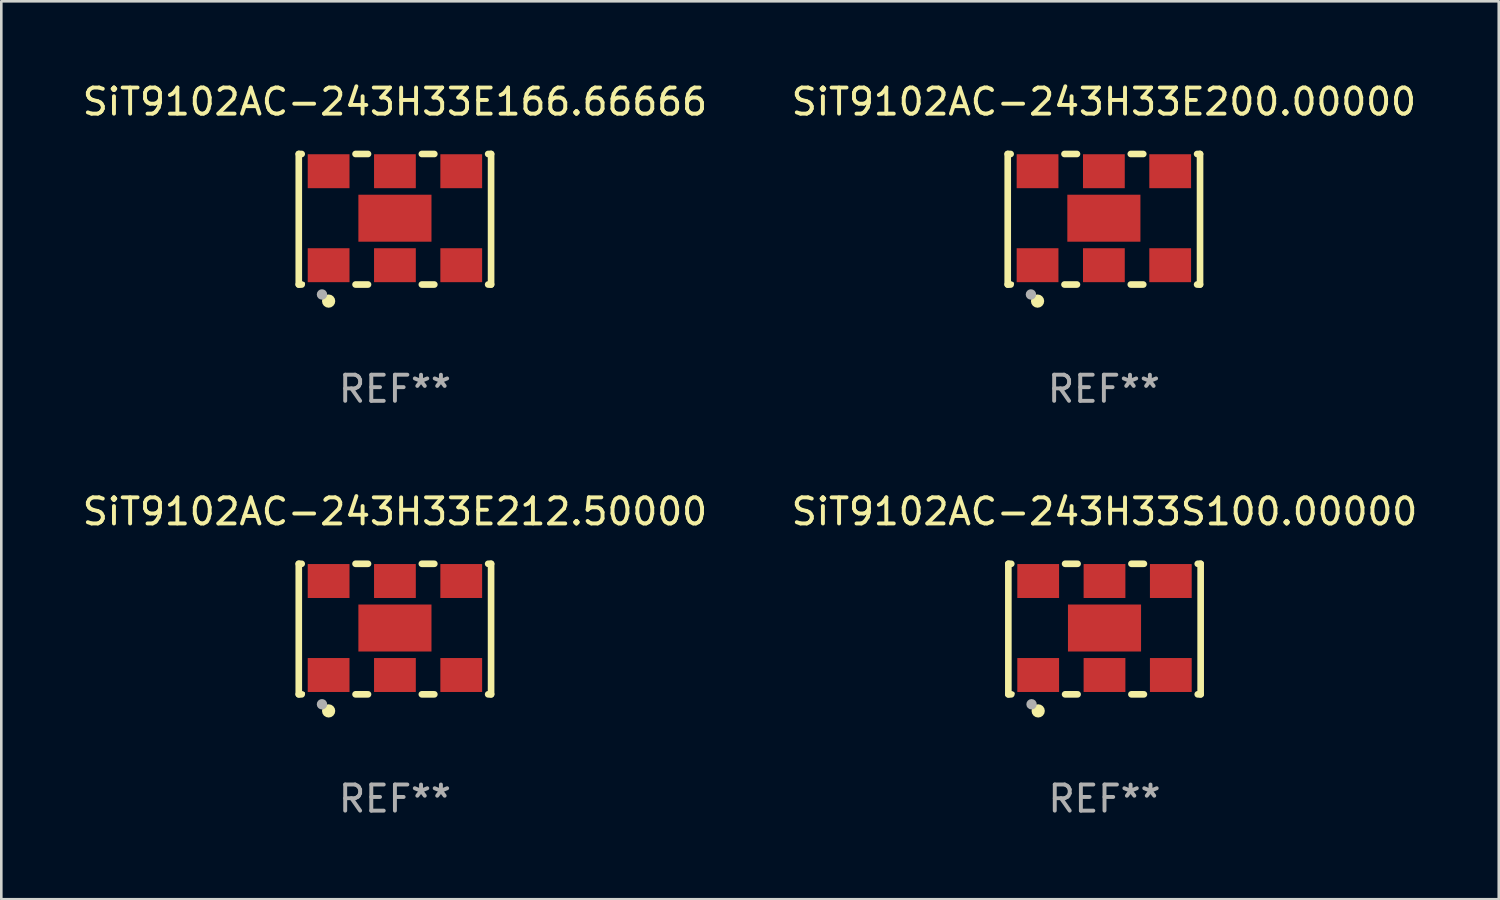
<source format=kicad_pcb>
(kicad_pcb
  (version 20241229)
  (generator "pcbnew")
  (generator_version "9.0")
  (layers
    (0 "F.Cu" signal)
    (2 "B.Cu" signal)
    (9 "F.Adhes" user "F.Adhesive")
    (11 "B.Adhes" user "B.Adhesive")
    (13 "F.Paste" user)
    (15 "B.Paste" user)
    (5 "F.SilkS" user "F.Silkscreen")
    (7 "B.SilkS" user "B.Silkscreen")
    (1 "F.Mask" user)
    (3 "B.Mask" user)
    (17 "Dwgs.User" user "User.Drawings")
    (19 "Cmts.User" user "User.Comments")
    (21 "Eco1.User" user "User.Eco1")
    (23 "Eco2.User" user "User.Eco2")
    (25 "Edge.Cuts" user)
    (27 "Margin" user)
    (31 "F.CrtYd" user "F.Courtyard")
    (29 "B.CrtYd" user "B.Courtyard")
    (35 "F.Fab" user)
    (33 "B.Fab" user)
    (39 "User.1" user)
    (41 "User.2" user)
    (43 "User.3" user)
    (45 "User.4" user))
  (footprint "SiT9102AC-243H33E166.66666"
    (layer "F.Cu")
    (at 12.077 5.348)
    (property "Reference" "SiT9102AC-243H33E166.66666" (at 0 -4.5 0) (layer "F.SilkS") (effects (font (size 1 1) (thickness 0.15))))
    (attr through_hole)
    (fp_line (start -3.683 -2.5) (end -3.571 -2.5) (stroke (width 0.254) (type solid)) (layer "F.SilkS"))
    (fp_line (start -3.683 2.5) (end -3.683 -2.5) (stroke (width 0.254) (type solid)) (layer "F.SilkS"))
    (fp_line (start -3.683 2.5) (end -3.571 2.5) (stroke (width 0.254) (type solid)) (layer "F.SilkS"))
    (fp_line (start -1.509 -2.5) (end -1.031 -2.5) (stroke (width 0.254) (type solid)) (layer "F.SilkS"))
    (fp_line (start -1.509 2.5) (end -1.031 2.5) (stroke (width 0.254) (type solid)) (layer "F.SilkS"))
    (fp_line (start 1.031 -2.5) (end 1.509 -2.5) (stroke (width 0.254) (type solid)) (layer "F.SilkS"))
    (fp_line (start 1.031 2.5) (end 1.509 2.5) (stroke (width 0.254) (type solid)) (layer "F.SilkS"))
    (fp_line (start 3.571 -2.5) (end 3.683 -2.5) (stroke (width 0.254) (type solid)) (layer "F.SilkS"))
    (fp_line (start 3.571 2.5) (end 3.683 2.5) (stroke (width 0.254) (type solid)) (layer "F.SilkS"))
    (fp_line (start 3.683 2.5) (end 3.683 -2.5) (stroke (width 0.254) (type solid)) (layer "F.SilkS"))
    (fp_circle (center -3.5 2.46) (end -3.47 2.46) (stroke (width 0.06) (type solid)) (fill no) (layer "F.SilkS"))
    (fp_circle (center -2.54 3.135) (end -2.413 3.135) (stroke (width 0.254) (type solid)) (fill no) (layer "F.SilkS"))
    (fp_circle (center -2.794 2.881) (end -2.694 2.881) (stroke (width 0.2) (type solid)) (fill no) (layer "F.Fab"))
    (fp_text user "REF**" (at 0 6.5 0) (layer "F.Fab") (effects (font (size 1 1) (thickness 0.15))))
    (pad "1" smd rect (at -2.54 1.76) (size 1.6 1.3) (layers "F.Cu" "F.Mask" "F.Paste"))
    (pad "2" smd rect (at 0 1.76) (size 1.6 1.3) (layers "F.Cu" "F.Mask" "F.Paste"))
    (pad "3" smd rect (at 2.54 1.76) (size 1.6 1.3) (layers "F.Cu" "F.Mask" "F.Paste"))
    (pad "4" smd rect (at 2.54 -1.84) (size 1.6 1.3) (layers "F.Cu" "F.Mask" "F.Paste"))
    (pad "5" smd rect (at 0 -1.84) (size 1.6 1.3) (layers "F.Cu" "F.Mask" "F.Paste"))
    (pad "6" smd rect (at -2.54 -1.84) (size 1.6 1.3) (layers "F.Cu" "F.Mask" "F.Paste"))
    (pad "7" smd rect (at 0 -0.04) (size 2.8 1.8) (layers "F.Cu" "F.Mask" "F.Paste")))
  (footprint "SiT9102AC-243H33S100.00000"
    (layer "F.Cu")
    (at 39.256 21.045)
    (property "Reference" "SiT9102AC-243H33S100.00000" (at 0 -4.5 0) (layer "F.SilkS") (effects (font (size 1 1) (thickness 0.15))))
    (attr through_hole)
    (fp_line (start -3.683 -2.5) (end -3.571 -2.5) (stroke (width 0.254) (type solid)) (layer "F.SilkS"))
    (fp_line (start -3.683 2.5) (end -3.683 -2.5) (stroke (width 0.254) (type solid)) (layer "F.SilkS"))
    (fp_line (start -3.683 2.5) (end -3.571 2.5) (stroke (width 0.254) (type solid)) (layer "F.SilkS"))
    (fp_line (start -1.509 -2.5) (end -1.031 -2.5) (stroke (width 0.254) (type solid)) (layer "F.SilkS"))
    (fp_line (start -1.509 2.5) (end -1.031 2.5) (stroke (width 0.254) (type solid)) (layer "F.SilkS"))
    (fp_line (start 1.031 -2.5) (end 1.509 -2.5) (stroke (width 0.254) (type solid)) (layer "F.SilkS"))
    (fp_line (start 1.031 2.5) (end 1.509 2.5) (stroke (width 0.254) (type solid)) (layer "F.SilkS"))
    (fp_line (start 3.571 -2.5) (end 3.683 -2.5) (stroke (width 0.254) (type solid)) (layer "F.SilkS"))
    (fp_line (start 3.571 2.5) (end 3.683 2.5) (stroke (width 0.254) (type solid)) (layer "F.SilkS"))
    (fp_line (start 3.683 2.5) (end 3.683 -2.5) (stroke (width 0.254) (type solid)) (layer "F.SilkS"))
    (fp_circle (center -3.5 2.46) (end -3.47 2.46) (stroke (width 0.06) (type solid)) (fill no) (layer "F.SilkS"))
    (fp_circle (center -2.54 3.135) (end -2.413 3.135) (stroke (width 0.254) (type solid)) (fill no) (layer "F.SilkS"))
    (fp_circle (center -2.794 2.881) (end -2.694 2.881) (stroke (width 0.2) (type solid)) (fill no) (layer "F.Fab"))
    (fp_text user "REF**" (at 0 6.5 0) (layer "F.Fab") (effects (font (size 1 1) (thickness 0.15))))
    (pad "1" smd rect (at -2.54 1.76) (size 1.6 1.3) (layers "F.Cu" "F.Mask" "F.Paste"))
    (pad "2" smd rect (at 0 1.76) (size 1.6 1.3) (layers "F.Cu" "F.Mask" "F.Paste"))
    (pad "3" smd rect (at 2.54 1.76) (size 1.6 1.3) (layers "F.Cu" "F.Mask" "F.Paste"))
    (pad "4" smd rect (at 2.54 -1.84) (size 1.6 1.3) (layers "F.Cu" "F.Mask" "F.Paste"))
    (pad "5" smd rect (at 0 -1.84) (size 1.6 1.3) (layers "F.Cu" "F.Mask" "F.Paste"))
    (pad "6" smd rect (at -2.54 -1.84) (size 1.6 1.3) (layers "F.Cu" "F.Mask" "F.Paste"))
    (pad "7" smd rect (at 0 -0.04) (size 2.8 1.8) (layers "F.Cu" "F.Mask" "F.Paste")))
  (footprint "SiT9102AC-243H33E200.00000"
    (layer "F.Cu")
    (at 39.232 5.348)
    (property "Reference" "SiT9102AC-243H33E200.00000" (at 0 -4.5 0) (layer "F.SilkS") (effects (font (size 1 1) (thickness 0.15))))
    (attr through_hole)
    (fp_line (start -3.683 -2.5) (end -3.571 -2.5) (stroke (width 0.254) (type solid)) (layer "F.SilkS"))
    (fp_line (start -3.683 2.5) (end -3.683 -2.5) (stroke (width 0.254) (type solid)) (layer "F.SilkS"))
    (fp_line (start -3.683 2.5) (end -3.571 2.5) (stroke (width 0.254) (type solid)) (layer "F.SilkS"))
    (fp_line (start -1.509 -2.5) (end -1.031 -2.5) (stroke (width 0.254) (type solid)) (layer "F.SilkS"))
    (fp_line (start -1.509 2.5) (end -1.031 2.5) (stroke (width 0.254) (type solid)) (layer "F.SilkS"))
    (fp_line (start 1.031 -2.5) (end 1.509 -2.5) (stroke (width 0.254) (type solid)) (layer "F.SilkS"))
    (fp_line (start 1.031 2.5) (end 1.509 2.5) (stroke (width 0.254) (type solid)) (layer "F.SilkS"))
    (fp_line (start 3.571 -2.5) (end 3.683 -2.5) (stroke (width 0.254) (type solid)) (layer "F.SilkS"))
    (fp_line (start 3.571 2.5) (end 3.683 2.5) (stroke (width 0.254) (type solid)) (layer "F.SilkS"))
    (fp_line (start 3.683 2.5) (end 3.683 -2.5) (stroke (width 0.254) (type solid)) (layer "F.SilkS"))
    (fp_circle (center -3.5 2.46) (end -3.47 2.46) (stroke (width 0.06) (type solid)) (fill no) (layer "F.SilkS"))
    (fp_circle (center -2.54 3.135) (end -2.413 3.135) (stroke (width 0.254) (type solid)) (fill no) (layer "F.SilkS"))
    (fp_circle (center -2.794 2.881) (end -2.694 2.881) (stroke (width 0.2) (type solid)) (fill no) (layer "F.Fab"))
    (fp_text user "REF**" (at 0 6.5 0) (layer "F.Fab") (effects (font (size 1 1) (thickness 0.15))))
    (pad "1" smd rect (at -2.54 1.76) (size 1.6 1.3) (layers "F.Cu" "F.Mask" "F.Paste"))
    (pad "2" smd rect (at 0 1.76) (size 1.6 1.3) (layers "F.Cu" "F.Mask" "F.Paste"))
    (pad "3" smd rect (at 2.54 1.76) (size 1.6 1.3) (layers "F.Cu" "F.Mask" "F.Paste"))
    (pad "4" smd rect (at 2.54 -1.84) (size 1.6 1.3) (layers "F.Cu" "F.Mask" "F.Paste"))
    (pad "5" smd rect (at 0 -1.84) (size 1.6 1.3) (layers "F.Cu" "F.Mask" "F.Paste"))
    (pad "6" smd rect (at -2.54 -1.84) (size 1.6 1.3) (layers "F.Cu" "F.Mask" "F.Paste"))
    (pad "7" smd rect (at 0 -0.04) (size 2.8 1.8) (layers "F.Cu" "F.Mask" "F.Paste")))
  (footprint "SiT9102AC-243H33E212.50000"
    (layer "F.Cu")
    (at 12.077 21.045)
    (property "Reference" "SiT9102AC-243H33E212.50000" (at 0 -4.5 0) (layer "F.SilkS") (effects (font (size 1 1) (thickness 0.15))))
    (attr through_hole)
    (fp_line (start -3.683 -2.5) (end -3.571 -2.5) (stroke (width 0.254) (type solid)) (layer "F.SilkS"))
    (fp_line (start -3.683 2.5) (end -3.683 -2.5) (stroke (width 0.254) (type solid)) (layer "F.SilkS"))
    (fp_line (start -3.683 2.5) (end -3.571 2.5) (stroke (width 0.254) (type solid)) (layer "F.SilkS"))
    (fp_line (start -1.509 -2.5) (end -1.031 -2.5) (stroke (width 0.254) (type solid)) (layer "F.SilkS"))
    (fp_line (start -1.509 2.5) (end -1.031 2.5) (stroke (width 0.254) (type solid)) (layer "F.SilkS"))
    (fp_line (start 1.031 -2.5) (end 1.509 -2.5) (stroke (width 0.254) (type solid)) (layer "F.SilkS"))
    (fp_line (start 1.031 2.5) (end 1.509 2.5) (stroke (width 0.254) (type solid)) (layer "F.SilkS"))
    (fp_line (start 3.571 -2.5) (end 3.683 -2.5) (stroke (width 0.254) (type solid)) (layer "F.SilkS"))
    (fp_line (start 3.571 2.5) (end 3.683 2.5) (stroke (width 0.254) (type solid)) (layer "F.SilkS"))
    (fp_line (start 3.683 2.5) (end 3.683 -2.5) (stroke (width 0.254) (type solid)) (layer "F.SilkS"))
    (fp_circle (center -3.5 2.46) (end -3.47 2.46) (stroke (width 0.06) (type solid)) (fill no) (layer "F.SilkS"))
    (fp_circle (center -2.54 3.135) (end -2.413 3.135) (stroke (width 0.254) (type solid)) (fill no) (layer "F.SilkS"))
    (fp_circle (center -2.794 2.881) (end -2.694 2.881) (stroke (width 0.2) (type solid)) (fill no) (layer "F.Fab"))
    (fp_text user "REF**" (at 0 6.5 0) (layer "F.Fab") (effects (font (size 1 1) (thickness 0.15))))
    (pad "1" smd rect (at -2.54 1.76) (size 1.6 1.3) (layers "F.Cu" "F.Mask" "F.Paste"))
    (pad "2" smd rect (at 0 1.76) (size 1.6 1.3) (layers "F.Cu" "F.Mask" "F.Paste"))
    (pad "3" smd rect (at 2.54 1.76) (size 1.6 1.3) (layers "F.Cu" "F.Mask" "F.Paste"))
    (pad "4" smd rect (at 2.54 -1.84) (size 1.6 1.3) (layers "F.Cu" "F.Mask" "F.Paste"))
    (pad "5" smd rect (at 0 -1.84) (size 1.6 1.3) (layers "F.Cu" "F.Mask" "F.Paste"))
    (pad "6" smd rect (at -2.54 -1.84) (size 1.6 1.3) (layers "F.Cu" "F.Mask" "F.Paste"))
    (pad "7" smd rect (at 0 -0.04) (size 2.8 1.8) (layers "F.Cu" "F.Mask" "F.Paste")))
  (gr_rect
    (start -3 -3)
    (end 54.357 31.393)
    (stroke (width 0.1) (type default))
    (fill no)
    (layer "Edge.Cuts")))
</source>
